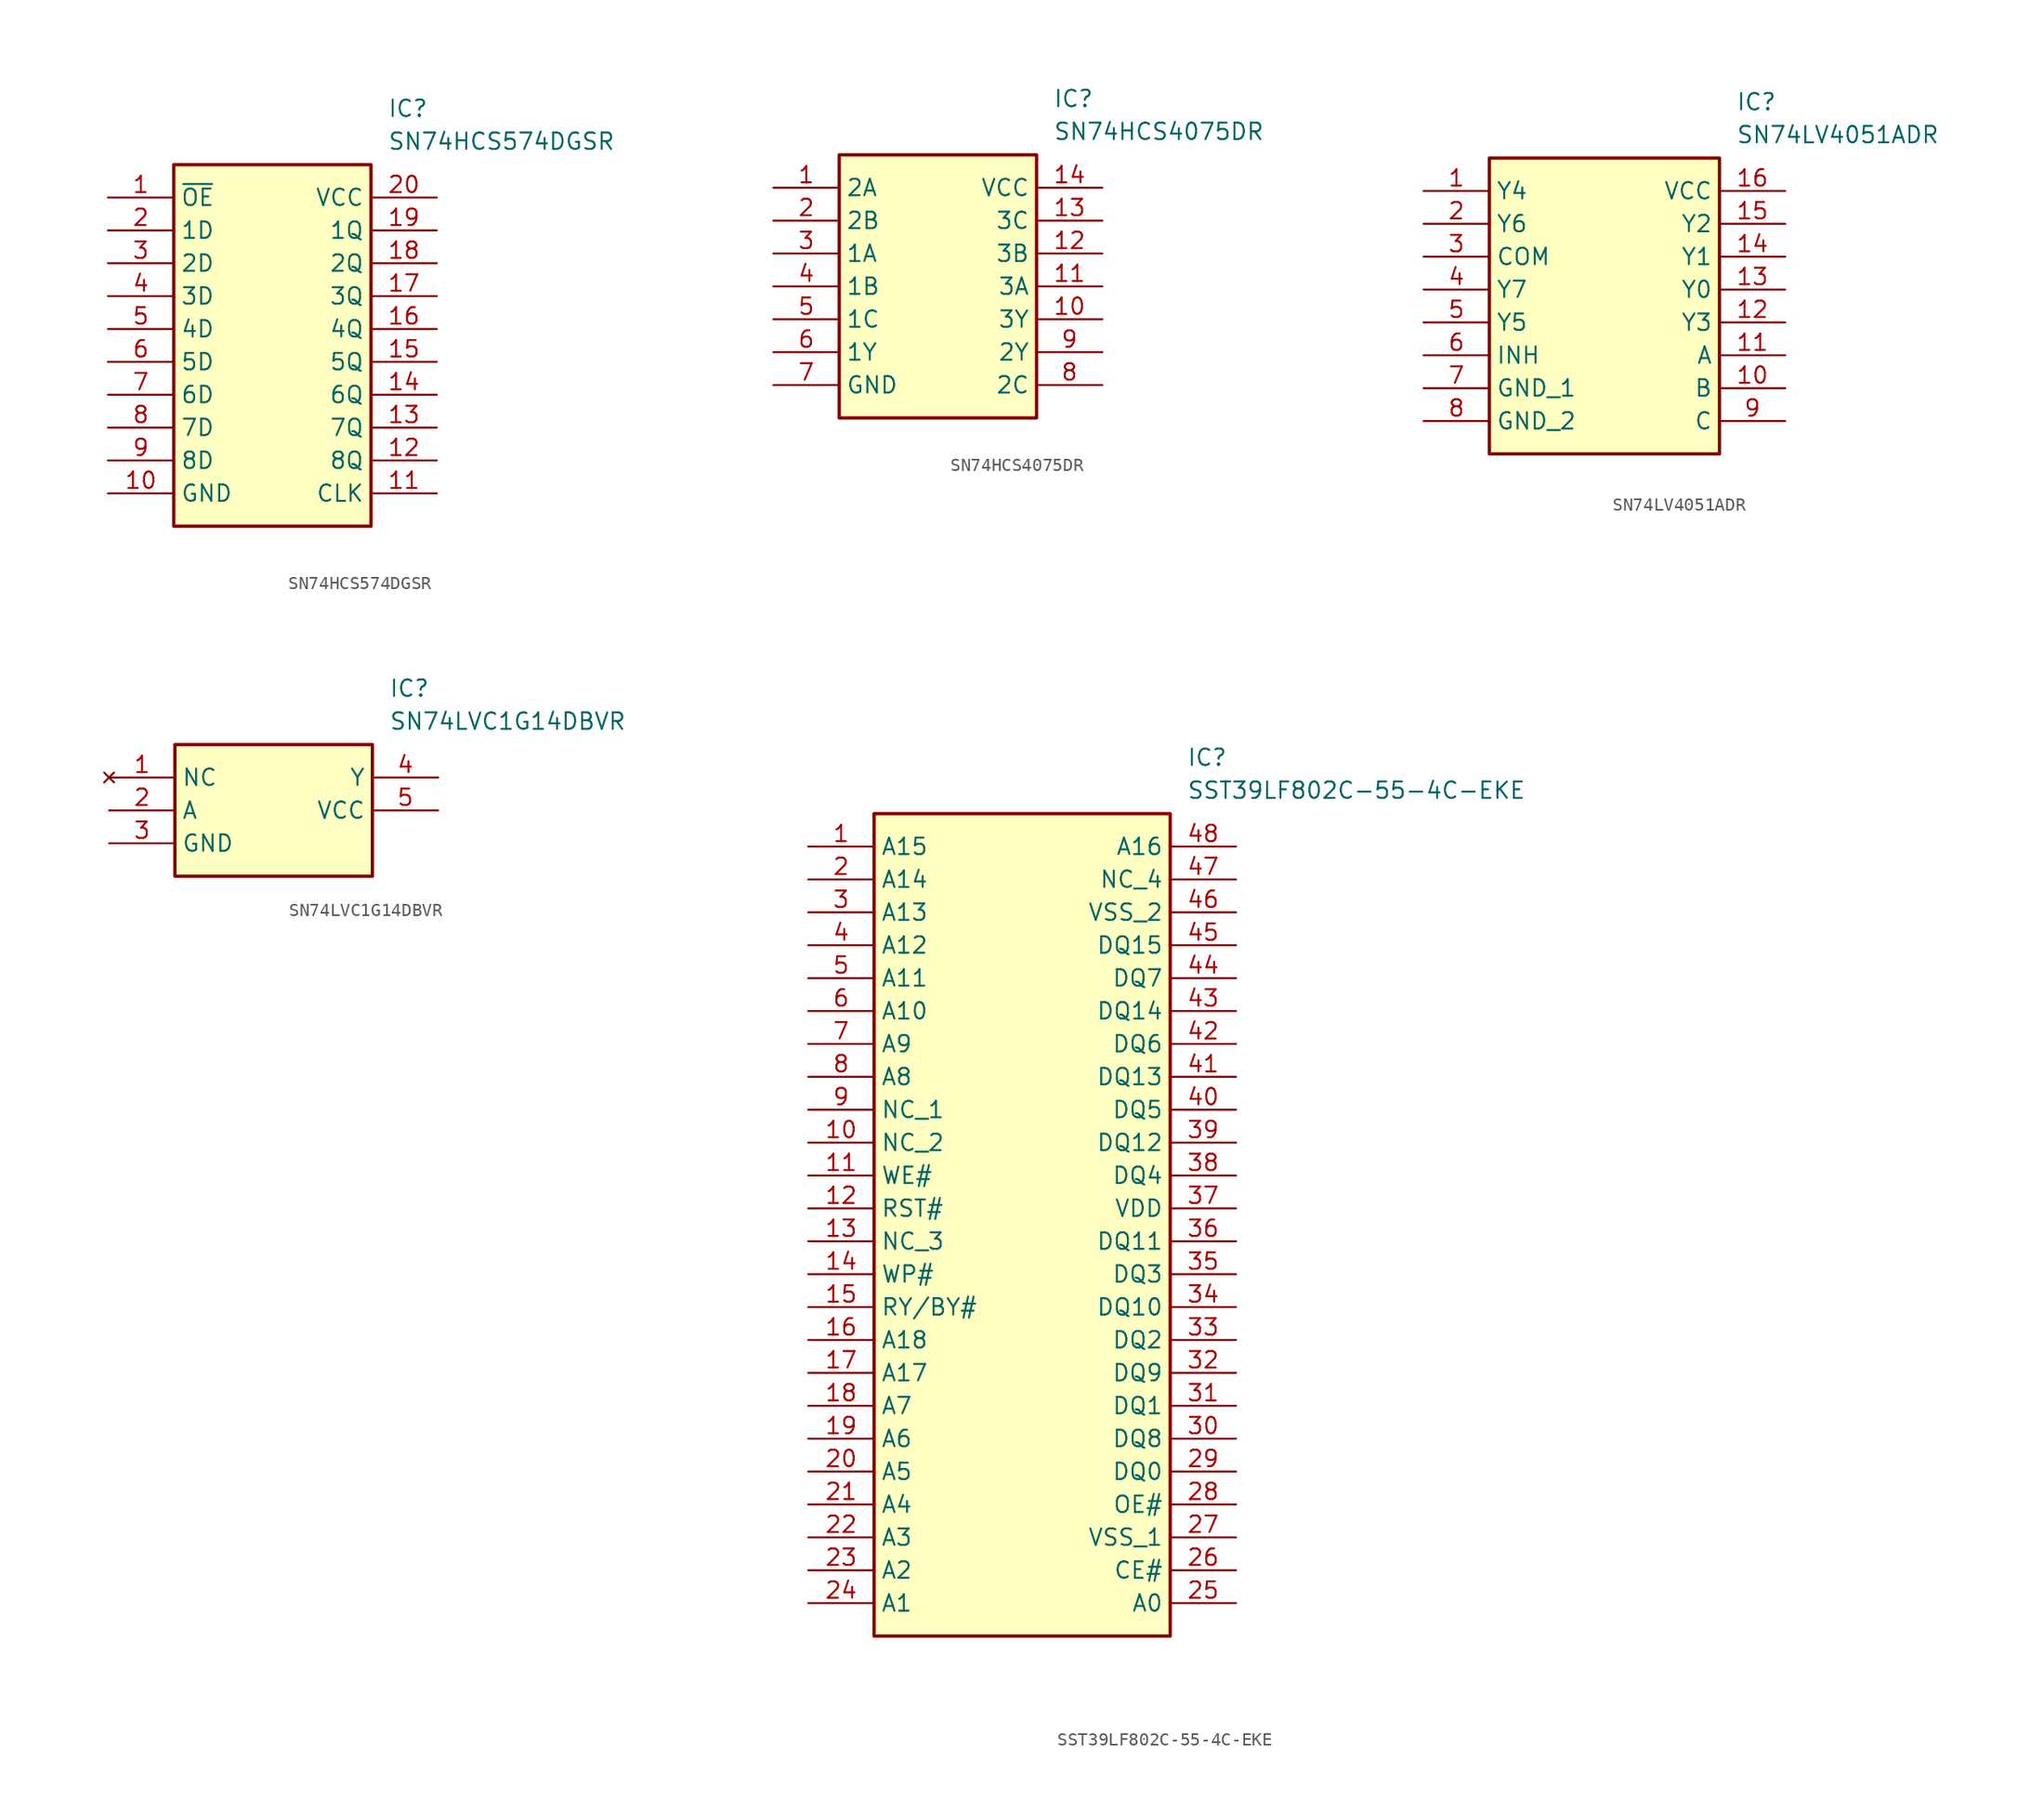
<source format=kicad_sym>
(kicad_symbol_lib
  (version 20241209)
  (generator "kicad_symbol_editor")
  (generator_version "9.0")
  (symbol "SN74HCS574DGSR"
    (property "Reference" "IC"
      (at 21.59 7.62 0)
      (effects (font (size 1.27 1.27)) (justify left top)))
    (property "Value" "SN74HCS574DGSR"
      (at 21.59 5.08 0)
      (effects (font (size 1.27 1.27)) (justify left top)))
    (symbol "SN74HCS574DGSR_1_1"
      (rectangle (start 5.08 2.54) (end 20.32 -25.4) (stroke (width 0.254) (type default)) (fill (type background)))
      (pin passive line (at 0 0 0) (length 5.08) (name "~{OE}" (effects (font (size 1.27 1.27)))) (number "1" (effects (font (size 1.27 1.27)))))
      (pin passive line (at 0 -2.54 0) (length 5.08) (name "1D" (effects (font (size 1.27 1.27)))) (number "2" (effects (font (size 1.27 1.27)))))
      (pin passive line (at 0 -5.08 0) (length 5.08) (name "2D" (effects (font (size 1.27 1.27)))) (number "3" (effects (font (size 1.27 1.27)))))
      (pin passive line (at 0 -7.62 0) (length 5.08) (name "3D" (effects (font (size 1.27 1.27)))) (number "4" (effects (font (size 1.27 1.27)))))
      (pin passive line (at 0 -10.16 0) (length 5.08) (name "4D" (effects (font (size 1.27 1.27)))) (number "5" (effects (font (size 1.27 1.27)))))
      (pin passive line (at 0 -12.7 0) (length 5.08) (name "5D" (effects (font (size 1.27 1.27)))) (number "6" (effects (font (size 1.27 1.27)))))
      (pin passive line (at 0 -15.24 0) (length 5.08) (name "6D" (effects (font (size 1.27 1.27)))) (number "7" (effects (font (size 1.27 1.27)))))
      (pin passive line (at 0 -17.78 0) (length 5.08) (name "7D" (effects (font (size 1.27 1.27)))) (number "8" (effects (font (size 1.27 1.27)))))
      (pin passive line (at 0 -20.32 0) (length 5.08) (name "8D" (effects (font (size 1.27 1.27)))) (number "9" (effects (font (size 1.27 1.27)))))
      (pin passive line (at 0 -22.86 0) (length 5.08) (name "GND" (effects (font (size 1.27 1.27)))) (number "10" (effects (font (size 1.27 1.27)))))
      (pin passive line (at 25.4 0 180) (length 5.08) (name "VCC" (effects (font (size 1.27 1.27)))) (number "20" (effects (font (size 1.27 1.27)))))
      (pin passive line (at 25.4 -2.54 180) (length 5.08) (name "1Q" (effects (font (size 1.27 1.27)))) (number "19" (effects (font (size 1.27 1.27)))))
      (pin passive line (at 25.4 -5.08 180) (length 5.08) (name "2Q" (effects (font (size 1.27 1.27)))) (number "18" (effects (font (size 1.27 1.27)))))
      (pin passive line (at 25.4 -7.62 180) (length 5.08) (name "3Q" (effects (font (size 1.27 1.27)))) (number "17" (effects (font (size 1.27 1.27)))))
      (pin passive line (at 25.4 -10.16 180) (length 5.08) (name "4Q" (effects (font (size 1.27 1.27)))) (number "16" (effects (font (size 1.27 1.27)))))
      (pin passive line (at 25.4 -12.7 180) (length 5.08) (name "5Q" (effects (font (size 1.27 1.27)))) (number "15" (effects (font (size 1.27 1.27)))))
      (pin passive line (at 25.4 -15.24 180) (length 5.08) (name "6Q" (effects (font (size 1.27 1.27)))) (number "14" (effects (font (size 1.27 1.27)))))
      (pin passive line (at 25.4 -17.78 180) (length 5.08) (name "7Q" (effects (font (size 1.27 1.27)))) (number "13" (effects (font (size 1.27 1.27)))))
      (pin passive line (at 25.4 -20.32 180) (length 5.08) (name "8Q" (effects (font (size 1.27 1.27)))) (number "12" (effects (font (size 1.27 1.27)))))
      (pin passive line (at 25.4 -22.86 180) (length 5.08) (name "CLK" (effects (font (size 1.27 1.27)))) (number "11" (effects (font (size 1.27 1.27)))))))
  (symbol "SN74HCS4075DR"
    (property "Reference" "IC"
      (at 21.59 7.62 0)
      (effects (font (size 1.27 1.27)) (justify left top)))
    (property "Value" "SN74HCS4075DR"
      (at 21.59 5.08 0)
      (effects (font (size 1.27 1.27)) (justify left top)))
    (symbol "SN74HCS4075DR_1_1"
      (rectangle (start 5.08 2.54) (end 20.32 -17.78) (stroke (width 0.254) (type default)) (fill (type background)))
      (pin passive line (at 0 0 0) (length 5.08) (name "2A" (effects (font (size 1.27 1.27)))) (number "1" (effects (font (size 1.27 1.27)))))
      (pin passive line (at 0 -2.54 0) (length 5.08) (name "2B" (effects (font (size 1.27 1.27)))) (number "2" (effects (font (size 1.27 1.27)))))
      (pin passive line (at 0 -5.08 0) (length 5.08) (name "1A" (effects (font (size 1.27 1.27)))) (number "3" (effects (font (size 1.27 1.27)))))
      (pin passive line (at 0 -7.62 0) (length 5.08) (name "1B" (effects (font (size 1.27 1.27)))) (number "4" (effects (font (size 1.27 1.27)))))
      (pin passive line (at 0 -10.16 0) (length 5.08) (name "1C" (effects (font (size 1.27 1.27)))) (number "5" (effects (font (size 1.27 1.27)))))
      (pin passive line (at 0 -12.7 0) (length 5.08) (name "1Y" (effects (font (size 1.27 1.27)))) (number "6" (effects (font (size 1.27 1.27)))))
      (pin passive line (at 0 -15.24 0) (length 5.08) (name "GND" (effects (font (size 1.27 1.27)))) (number "7" (effects (font (size 1.27 1.27)))))
      (pin passive line (at 25.4 0 180) (length 5.08) (name "VCC" (effects (font (size 1.27 1.27)))) (number "14" (effects (font (size 1.27 1.27)))))
      (pin passive line (at 25.4 -2.54 180) (length 5.08) (name "3C" (effects (font (size 1.27 1.27)))) (number "13" (effects (font (size 1.27 1.27)))))
      (pin passive line (at 25.4 -5.08 180) (length 5.08) (name "3B" (effects (font (size 1.27 1.27)))) (number "12" (effects (font (size 1.27 1.27)))))
      (pin passive line (at 25.4 -7.62 180) (length 5.08) (name "3A" (effects (font (size 1.27 1.27)))) (number "11" (effects (font (size 1.27 1.27)))))
      (pin passive line (at 25.4 -10.16 180) (length 5.08) (name "3Y" (effects (font (size 1.27 1.27)))) (number "10" (effects (font (size 1.27 1.27)))))
      (pin passive line (at 25.4 -12.7 180) (length 5.08) (name "2Y" (effects (font (size 1.27 1.27)))) (number "9" (effects (font (size 1.27 1.27)))))
      (pin passive line (at 25.4 -15.24 180) (length 5.08) (name "2C" (effects (font (size 1.27 1.27)))) (number "8" (effects (font (size 1.27 1.27)))))))
  (symbol "SN74LV4051ADR"
    (property "Reference" "IC"
      (at 24.13 7.62 0)
      (effects (font (size 1.27 1.27)) (justify left top)))
    (property "Value" "SN74LV4051ADR"
      (at 24.13 5.08 0)
      (effects (font (size 1.27 1.27)) (justify left top)))
    (symbol "SN74LV4051ADR_1_1"
      (rectangle (start 5.08 2.54) (end 22.86 -20.32) (stroke (width 0.254) (type default)) (fill (type background)))
      (pin passive line (at 0 0 0) (length 5.08) (name "Y4" (effects (font (size 1.27 1.27)))) (number "1" (effects (font (size 1.27 1.27)))))
      (pin passive line (at 0 -2.54 0) (length 5.08) (name "Y6" (effects (font (size 1.27 1.27)))) (number "2" (effects (font (size 1.27 1.27)))))
      (pin passive line (at 0 -5.08 0) (length 5.08) (name "COM" (effects (font (size 1.27 1.27)))) (number "3" (effects (font (size 1.27 1.27)))))
      (pin passive line (at 0 -7.62 0) (length 5.08) (name "Y7" (effects (font (size 1.27 1.27)))) (number "4" (effects (font (size 1.27 1.27)))))
      (pin passive line (at 0 -10.16 0) (length 5.08) (name "Y5" (effects (font (size 1.27 1.27)))) (number "5" (effects (font (size 1.27 1.27)))))
      (pin passive line (at 0 -12.7 0) (length 5.08) (name "INH" (effects (font (size 1.27 1.27)))) (number "6" (effects (font (size 1.27 1.27)))))
      (pin passive line (at 0 -15.24 0) (length 5.08) (name "GND_1" (effects (font (size 1.27 1.27)))) (number "7" (effects (font (size 1.27 1.27)))))
      (pin passive line (at 0 -17.78 0) (length 5.08) (name "GND_2" (effects (font (size 1.27 1.27)))) (number "8" (effects (font (size 1.27 1.27)))))
      (pin passive line (at 27.94 0 180) (length 5.08) (name "VCC" (effects (font (size 1.27 1.27)))) (number "16" (effects (font (size 1.27 1.27)))))
      (pin passive line (at 27.94 -2.54 180) (length 5.08) (name "Y2" (effects (font (size 1.27 1.27)))) (number "15" (effects (font (size 1.27 1.27)))))
      (pin passive line (at 27.94 -5.08 180) (length 5.08) (name "Y1" (effects (font (size 1.27 1.27)))) (number "14" (effects (font (size 1.27 1.27)))))
      (pin passive line (at 27.94 -7.62 180) (length 5.08) (name "Y0" (effects (font (size 1.27 1.27)))) (number "13" (effects (font (size 1.27 1.27)))))
      (pin passive line (at 27.94 -10.16 180) (length 5.08) (name "Y3" (effects (font (size 1.27 1.27)))) (number "12" (effects (font (size 1.27 1.27)))))
      (pin passive line (at 27.94 -12.7 180) (length 5.08) (name "A" (effects (font (size 1.27 1.27)))) (number "11" (effects (font (size 1.27 1.27)))))
      (pin passive line (at 27.94 -15.24 180) (length 5.08) (name "B" (effects (font (size 1.27 1.27)))) (number "10" (effects (font (size 1.27 1.27)))))
      (pin passive line (at 27.94 -17.78 180) (length 5.08) (name "C" (effects (font (size 1.27 1.27)))) (number "9" (effects (font (size 1.27 1.27)))))))
  (symbol "SN74LVC1G14DBVR"
    (property "Reference" "IC"
      (at 21.59 7.62 0)
      (effects (font (size 1.27 1.27)) (justify left top)))
    (property "Value" "SN74LVC1G14DBVR"
      (at 21.59 5.08 0)
      (effects (font (size 1.27 1.27)) (justify left top)))
    (symbol "SN74LVC1G14DBVR_1_1"
      (rectangle (start 5.08 2.54) (end 20.32 -7.62) (stroke (width 0.254) (type default)) (fill (type background)))
      (pin no_connect line (at 0 0 0) (length 5.08) (name "NC" (effects (font (size 1.27 1.27)))) (number "1" (effects (font (size 1.27 1.27)))))
      (pin passive line (at 0 -2.54 0) (length 5.08) (name "A" (effects (font (size 1.27 1.27)))) (number "2" (effects (font (size 1.27 1.27)))))
      (pin passive line (at 0 -5.08 0) (length 5.08) (name "GND" (effects (font (size 1.27 1.27)))) (number "3" (effects (font (size 1.27 1.27)))))
      (pin passive line (at 25.4 0 180) (length 5.08) (name "Y" (effects (font (size 1.27 1.27)))) (number "4" (effects (font (size 1.27 1.27)))))
      (pin passive line (at 25.4 -2.54 180) (length 5.08) (name "VCC" (effects (font (size 1.27 1.27)))) (number "5" (effects (font (size 1.27 1.27)))))))
  (symbol "SST39LF802C-55-4C-EKE"
    (property "Reference" "IC"
      (at 29.21 7.62 0)
      (effects (font (size 1.27 1.27)) (justify left top)))
    (property "Value" "SST39LF802C-55-4C-EKE"
      (at 29.21 5.08 0)
      (effects (font (size 1.27 1.27)) (justify left top)))
    (symbol "SST39LF802C-55-4C-EKE_1_1"
      (rectangle (start 5.08 2.54) (end 27.94 -60.96) (stroke (width 0.254) (type default)) (fill (type background)))
      (pin passive line (at 0 0 0) (length 5.08) (name "A15" (effects (font (size 1.27 1.27)))) (number "1" (effects (font (size 1.27 1.27)))))
      (pin passive line (at 0 -2.54 0) (length 5.08) (name "A14" (effects (font (size 1.27 1.27)))) (number "2" (effects (font (size 1.27 1.27)))))
      (pin passive line (at 0 -5.08 0) (length 5.08) (name "A13" (effects (font (size 1.27 1.27)))) (number "3" (effects (font (size 1.27 1.27)))))
      (pin passive line (at 0 -7.62 0) (length 5.08) (name "A12" (effects (font (size 1.27 1.27)))) (number "4" (effects (font (size 1.27 1.27)))))
      (pin passive line (at 0 -10.16 0) (length 5.08) (name "A11" (effects (font (size 1.27 1.27)))) (number "5" (effects (font (size 1.27 1.27)))))
      (pin passive line (at 0 -12.7 0) (length 5.08) (name "A10" (effects (font (size 1.27 1.27)))) (number "6" (effects (font (size 1.27 1.27)))))
      (pin passive line (at 0 -15.24 0) (length 5.08) (name "A9" (effects (font (size 1.27 1.27)))) (number "7" (effects (font (size 1.27 1.27)))))
      (pin passive line (at 0 -17.78 0) (length 5.08) (name "A8" (effects (font (size 1.27 1.27)))) (number "8" (effects (font (size 1.27 1.27)))))
      (pin passive line (at 0 -20.32 0) (length 5.08) (name "NC_1" (effects (font (size 1.27 1.27)))) (number "9" (effects (font (size 1.27 1.27)))))
      (pin passive line (at 0 -22.86 0) (length 5.08) (name "NC_2" (effects (font (size 1.27 1.27)))) (number "10" (effects (font (size 1.27 1.27)))))
      (pin passive line (at 0 -25.4 0) (length 5.08) (name "WE#" (effects (font (size 1.27 1.27)))) (number "11" (effects (font (size 1.27 1.27)))))
      (pin passive line (at 0 -27.94 0) (length 5.08) (name "RST#" (effects (font (size 1.27 1.27)))) (number "12" (effects (font (size 1.27 1.27)))))
      (pin passive line (at 0 -30.48 0) (length 5.08) (name "NC_3" (effects (font (size 1.27 1.27)))) (number "13" (effects (font (size 1.27 1.27)))))
      (pin passive line (at 0 -33.02 0) (length 5.08) (name "WP#" (effects (font (size 1.27 1.27)))) (number "14" (effects (font (size 1.27 1.27)))))
      (pin passive line (at 0 -35.56 0) (length 5.08) (name "RY/BY#" (effects (font (size 1.27 1.27)))) (number "15" (effects (font (size 1.27 1.27)))))
      (pin passive line (at 0 -38.1 0) (length 5.08) (name "A18" (effects (font (size 1.27 1.27)))) (number "16" (effects (font (size 1.27 1.27)))))
      (pin passive line (at 0 -40.64 0) (length 5.08) (name "A17" (effects (font (size 1.27 1.27)))) (number "17" (effects (font (size 1.27 1.27)))))
      (pin passive line (at 0 -43.18 0) (length 5.08) (name "A7" (effects (font (size 1.27 1.27)))) (number "18" (effects (font (size 1.27 1.27)))))
      (pin passive line (at 0 -45.72 0) (length 5.08) (name "A6" (effects (font (size 1.27 1.27)))) (number "19" (effects (font (size 1.27 1.27)))))
      (pin passive line (at 0 -48.26 0) (length 5.08) (name "A5" (effects (font (size 1.27 1.27)))) (number "20" (effects (font (size 1.27 1.27)))))
      (pin passive line (at 0 -50.8 0) (length 5.08) (name "A4" (effects (font (size 1.27 1.27)))) (number "21" (effects (font (size 1.27 1.27)))))
      (pin passive line (at 0 -53.34 0) (length 5.08) (name "A3" (effects (font (size 1.27 1.27)))) (number "22" (effects (font (size 1.27 1.27)))))
      (pin passive line (at 0 -55.88 0) (length 5.08) (name "A2" (effects (font (size 1.27 1.27)))) (number "23" (effects (font (size 1.27 1.27)))))
      (pin passive line (at 0 -58.42 0) (length 5.08) (name "A1" (effects (font (size 1.27 1.27)))) (number "24" (effects (font (size 1.27 1.27)))))
      (pin passive line (at 33.02 0 180) (length 5.08) (name "A16" (effects (font (size 1.27 1.27)))) (number "48" (effects (font (size 1.27 1.27)))))
      (pin passive line (at 33.02 -2.54 180) (length 5.08) (name "NC_4" (effects (font (size 1.27 1.27)))) (number "47" (effects (font (size 1.27 1.27)))))
      (pin passive line (at 33.02 -5.08 180) (length 5.08) (name "VSS_2" (effects (font (size 1.27 1.27)))) (number "46" (effects (font (size 1.27 1.27)))))
      (pin passive line (at 33.02 -7.62 180) (length 5.08) (name "DQ15" (effects (font (size 1.27 1.27)))) (number "45" (effects (font (size 1.27 1.27)))))
      (pin passive line (at 33.02 -10.16 180) (length 5.08) (name "DQ7" (effects (font (size 1.27 1.27)))) (number "44" (effects (font (size 1.27 1.27)))))
      (pin passive line (at 33.02 -12.7 180) (length 5.08) (name "DQ14" (effects (font (size 1.27 1.27)))) (number "43" (effects (font (size 1.27 1.27)))))
      (pin passive line (at 33.02 -15.24 180) (length 5.08) (name "DQ6" (effects (font (size 1.27 1.27)))) (number "42" (effects (font (size 1.27 1.27)))))
      (pin passive line (at 33.02 -17.78 180) (length 5.08) (name "DQ13" (effects (font (size 1.27 1.27)))) (number "41" (effects (font (size 1.27 1.27)))))
      (pin passive line (at 33.02 -20.32 180) (length 5.08) (name "DQ5" (effects (font (size 1.27 1.27)))) (number "40" (effects (font (size 1.27 1.27)))))
      (pin passive line (at 33.02 -22.86 180) (length 5.08) (name "DQ12" (effects (font (size 1.27 1.27)))) (number "39" (effects (font (size 1.27 1.27)))))
      (pin passive line (at 33.02 -25.4 180) (length 5.08) (name "DQ4" (effects (font (size 1.27 1.27)))) (number "38" (effects (font (size 1.27 1.27)))))
      (pin passive line (at 33.02 -27.94 180) (length 5.08) (name "VDD" (effects (font (size 1.27 1.27)))) (number "37" (effects (font (size 1.27 1.27)))))
      (pin passive line (at 33.02 -30.48 180) (length 5.08) (name "DQ11" (effects (font (size 1.27 1.27)))) (number "36" (effects (font (size 1.27 1.27)))))
      (pin passive line (at 33.02 -33.02 180) (length 5.08) (name "DQ3" (effects (font (size 1.27 1.27)))) (number "35" (effects (font (size 1.27 1.27)))))
      (pin passive line (at 33.02 -35.56 180) (length 5.08) (name "DQ10" (effects (font (size 1.27 1.27)))) (number "34" (effects (font (size 1.27 1.27)))))
      (pin passive line (at 33.02 -38.1 180) (length 5.08) (name "DQ2" (effects (font (size 1.27 1.27)))) (number "33" (effects (font (size 1.27 1.27)))))
      (pin passive line (at 33.02 -40.64 180) (length 5.08) (name "DQ9" (effects (font (size 1.27 1.27)))) (number "32" (effects (font (size 1.27 1.27)))))
      (pin passive line (at 33.02 -43.18 180) (length 5.08) (name "DQ1" (effects (font (size 1.27 1.27)))) (number "31" (effects (font (size 1.27 1.27)))))
      (pin passive line (at 33.02 -45.72 180) (length 5.08) (name "DQ8" (effects (font (size 1.27 1.27)))) (number "30" (effects (font (size 1.27 1.27)))))
      (pin passive line (at 33.02 -48.26 180) (length 5.08) (name "DQ0" (effects (font (size 1.27 1.27)))) (number "29" (effects (font (size 1.27 1.27)))))
      (pin passive line (at 33.02 -50.8 180) (length 5.08) (name "OE#" (effects (font (size 1.27 1.27)))) (number "28" (effects (font (size 1.27 1.27)))))
      (pin passive line (at 33.02 -53.34 180) (length 5.08) (name "VSS_1" (effects (font (size 1.27 1.27)))) (number "27" (effects (font (size 1.27 1.27)))))
      (pin passive line (at 33.02 -55.88 180) (length 5.08) (name "CE#" (effects (font (size 1.27 1.27)))) (number "26" (effects (font (size 1.27 1.27)))))
      (pin passive line (at 33.02 -58.42 180) (length 5.08) (name "A0" (effects (font (size 1.27 1.27)))) (number "25" (effects (font (size 1.27 1.27))))))))
</source>
